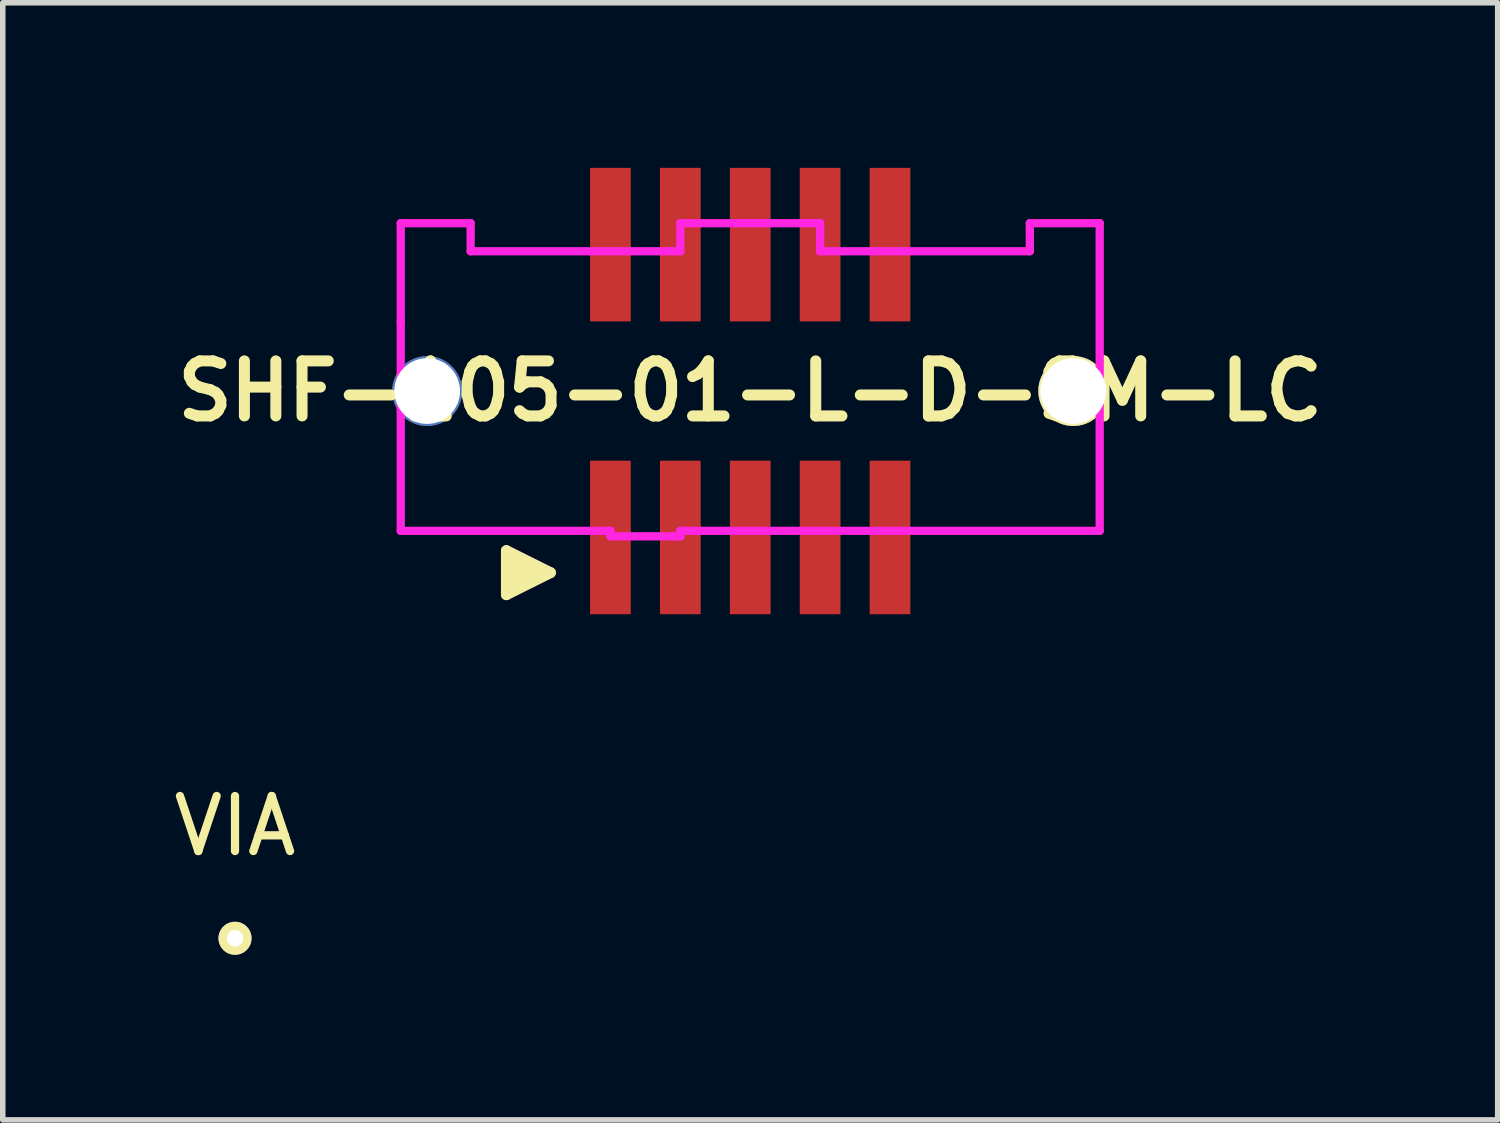
<source format=kicad_pcb>
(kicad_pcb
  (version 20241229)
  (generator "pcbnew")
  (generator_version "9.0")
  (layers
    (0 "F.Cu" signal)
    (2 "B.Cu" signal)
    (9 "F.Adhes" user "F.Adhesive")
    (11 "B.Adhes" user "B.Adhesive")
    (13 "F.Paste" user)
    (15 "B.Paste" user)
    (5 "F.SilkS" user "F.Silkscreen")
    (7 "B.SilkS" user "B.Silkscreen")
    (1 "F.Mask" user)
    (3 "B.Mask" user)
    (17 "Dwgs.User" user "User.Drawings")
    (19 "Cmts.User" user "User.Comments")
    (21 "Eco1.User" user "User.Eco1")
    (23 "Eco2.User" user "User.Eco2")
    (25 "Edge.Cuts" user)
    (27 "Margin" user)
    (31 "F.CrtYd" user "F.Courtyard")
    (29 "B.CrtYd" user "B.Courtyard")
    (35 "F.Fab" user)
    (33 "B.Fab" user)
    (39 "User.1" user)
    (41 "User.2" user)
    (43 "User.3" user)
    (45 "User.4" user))
  (footprint "SHF-105-01-L-D-SM-LC"
    (layer "F.Cu")
    (at 10.581 4.055)
    (property "Reference" "SHF-105-01-L-D-SM-LC" (at 0 0 0) (layer "F.SilkS") (effects (font (size 1 1) (thickness 0.2))))
    (attr through_hole)
    (fp_line (start -4.43 2.9) (end -3.63 3.3) (stroke (width 0.198) (type solid)) (layer "F.SilkS"))
    (fp_line (start -4.43 3.7) (end -4.43 2.9) (stroke (width 0.198) (type solid)) (layer "F.SilkS"))
    (fp_line (start -4.33 3.6) (end -4.33 3) (stroke (width 0.198) (type solid)) (layer "F.SilkS"))
    (fp_line (start -4.23 3.1) (end -4.23 3.5) (stroke (width 0.198) (type solid)) (layer "F.SilkS"))
    (fp_line (start -4.13 3.5) (end -4.13 3.1) (stroke (width 0.198) (type solid)) (layer "F.SilkS"))
    (fp_line (start -4.03 3.2) (end -4.03 3.4) (stroke (width 0.198) (type solid)) (layer "F.SilkS"))
    (fp_line (start -3.93 3.4) (end -3.93 3.2) (stroke (width 0.198) (type solid)) (layer "F.SilkS"))
    (fp_line (start -3.63 3.3) (end -4.43 3.7) (stroke (width 0.198) (type solid)) (layer "F.SilkS"))
    (fp_line (start -6.35 -3.05) (end -5.08 -3.05) (stroke (width 0.15) (type solid)) (layer "F.CrtYd"))
    (fp_line (start -6.35 -1.27) (end -6.35 -3.05) (stroke (width 0.15) (type solid)) (layer "F.CrtYd"))
    (fp_line (start -6.35 2.54) (end -6.35 -1.27) (stroke (width 0.15) (type solid)) (layer "F.CrtYd"))
    (fp_line (start -6.35 2.54) (end -2.54 2.54) (stroke (width 0.15) (type solid)) (layer "F.CrtYd"))
    (fp_line (start -5.08 -3.05) (end -5.08 -2.54) (stroke (width 0.15) (type solid)) (layer "F.CrtYd"))
    (fp_line (start -5.08 -2.54) (end -1.27 -2.54) (stroke (width 0.15) (type solid)) (layer "F.CrtYd"))
    (fp_line (start -2.54 2.54) (end -2.54 2.639) (stroke (width 0.15) (type solid)) (layer "F.CrtYd"))
    (fp_line (start -1.27 -3.05) (end 1.27 -3.05) (stroke (width 0.15) (type solid)) (layer "F.CrtYd"))
    (fp_line (start -1.27 -2.54) (end -1.27 -3.05) (stroke (width 0.15) (type solid)) (layer "F.CrtYd"))
    (fp_line (start -1.27 2.54) (end 6.35 2.54) (stroke (width 0.15) (type solid)) (layer "F.CrtYd"))
    (fp_line (start -1.27 2.64) (end -2.54 2.64) (stroke (width 0.15) (type solid)) (layer "F.CrtYd"))
    (fp_line (start -1.27 2.642) (end -1.27 2.54) (stroke (width 0.15) (type solid)) (layer "F.CrtYd"))
    (fp_line (start 1.27 -2.54) (end 1.27 -3.05) (stroke (width 0.15) (type solid)) (layer "F.CrtYd"))
    (fp_line (start 1.27 -2.54) (end 5.08 -2.54) (stroke (width 0.15) (type solid)) (layer "F.CrtYd"))
    (fp_line (start 5.08 -3.05) (end 6.35 -3.05) (stroke (width 0.15) (type solid)) (layer "F.CrtYd"))
    (fp_line (start 5.08 -2.54) (end 5.08 -3.048) (stroke (width 0.15) (type solid)) (layer "F.CrtYd"))
    (fp_line (start 6.35 -3.05) (end 6.35 2.54) (stroke (width 0.15) (type solid)) (layer "F.CrtYd"))
    (pad "" np_thru_hole circle (at -5.87 0) (size 1.27 1.27) (drill 1.194) (layers "*.Cu" "*.Mask"))
    (pad "" np_thru_hole circle (at 5.87 0) (size 1.27 1.27) (drill 1.194) (layers "*.Cu" "*.Mask" "F.SilkS"))
    (pad "1" smd rect (at -2.54 2.66) (size 0.74 2.79) (layers "F.Cu" "F.Mask" "F.Paste"))
    (pad "2" smd rect (at -2.54 -2.66) (size 0.74 2.79) (layers "F.Cu" "F.Mask" "F.Paste"))
    (pad "3" smd rect (at -1.27 2.66) (size 0.74 2.79) (layers "F.Cu" "F.Mask" "F.Paste"))
    (pad "4" smd rect (at -1.27 -2.66) (size 0.74 2.79) (layers "F.Cu" "F.Mask" "F.Paste"))
    (pad "5" smd rect (at 0 2.66 180) (size 0.74 2.79) (layers "F.Cu" "F.Mask" "F.Paste"))
    (pad "6" smd rect (at 0 -2.66) (size 0.74 2.79) (layers "F.Cu" "F.Mask" "F.Paste"))
    (pad "7" smd rect (at 1.27 2.66) (size 0.74 2.79) (layers "F.Cu" "F.Mask" "F.Paste"))
    (pad "8" smd rect (at 1.27 -2.66) (size 0.74 2.79) (layers "F.Cu" "F.Mask" "F.Paste"))
    (pad "9" smd rect (at 2.54 2.66) (size 0.74 2.79) (layers "F.Cu" "F.Mask" "F.Paste"))
    (pad "10" smd rect (at 2.54 -2.66) (size 0.74 2.79) (layers "F.Cu" "F.Mask" "F.Paste")))
  (footprint "VIA"
    (layer "F.Cu")
    (at 1.22 11.458)
    (property "Reference" "VIA" (at 0 0.5 0) (layer "F.SilkS") (effects (font (size 1 1) (thickness 0.15))))
    (attr through_hole)
    (pad "1" thru_hole circle (at 0 2.54) (size 0.6 0.6) (drill 0.3) (layers "*.Cu" "*.Mask" "F.SilkS")))
  (gr_rect
    (start -3 -3)
    (end 24.162 17.298)
    (stroke (width 0.1) (type default))
    (fill no)
    (layer "Edge.Cuts")))
</source>
